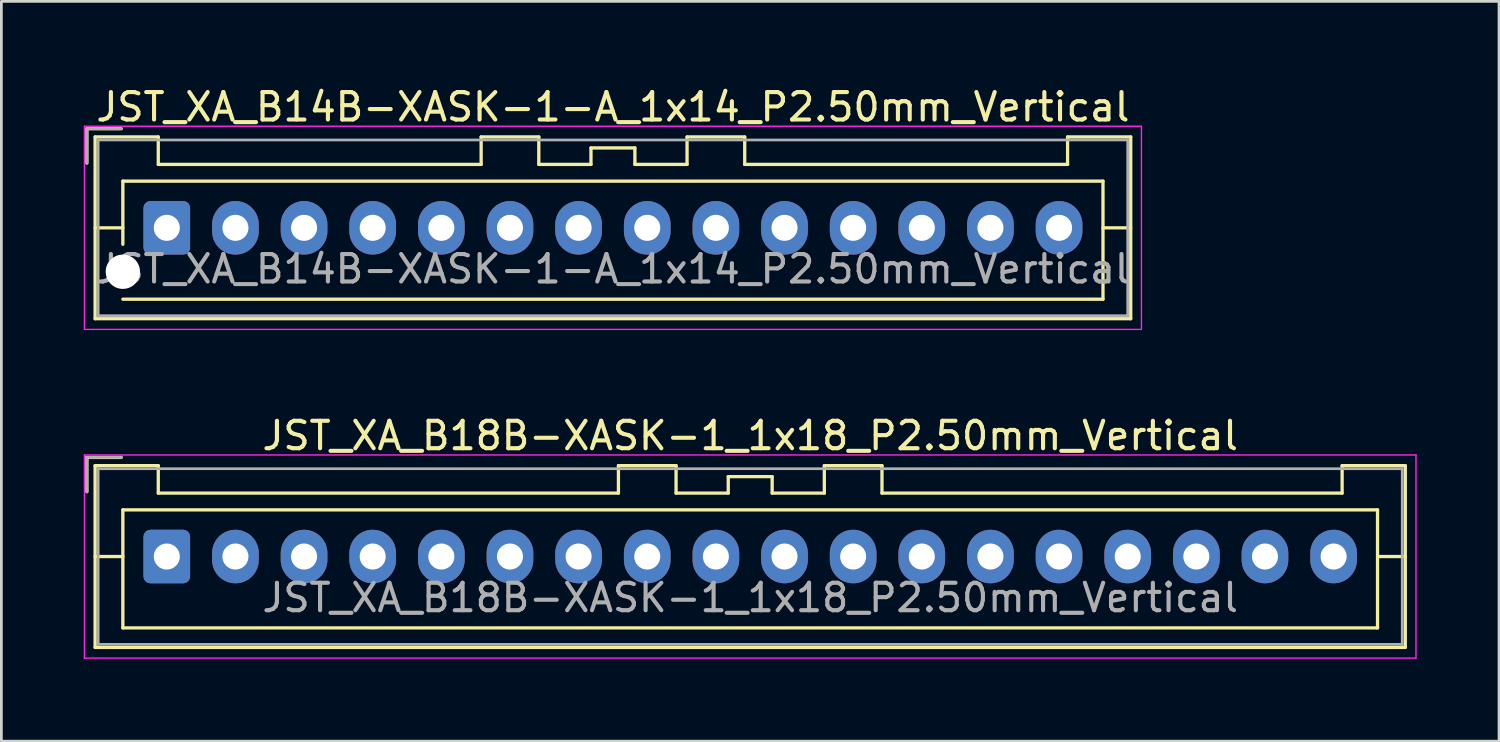
<source format=kicad_pcb>
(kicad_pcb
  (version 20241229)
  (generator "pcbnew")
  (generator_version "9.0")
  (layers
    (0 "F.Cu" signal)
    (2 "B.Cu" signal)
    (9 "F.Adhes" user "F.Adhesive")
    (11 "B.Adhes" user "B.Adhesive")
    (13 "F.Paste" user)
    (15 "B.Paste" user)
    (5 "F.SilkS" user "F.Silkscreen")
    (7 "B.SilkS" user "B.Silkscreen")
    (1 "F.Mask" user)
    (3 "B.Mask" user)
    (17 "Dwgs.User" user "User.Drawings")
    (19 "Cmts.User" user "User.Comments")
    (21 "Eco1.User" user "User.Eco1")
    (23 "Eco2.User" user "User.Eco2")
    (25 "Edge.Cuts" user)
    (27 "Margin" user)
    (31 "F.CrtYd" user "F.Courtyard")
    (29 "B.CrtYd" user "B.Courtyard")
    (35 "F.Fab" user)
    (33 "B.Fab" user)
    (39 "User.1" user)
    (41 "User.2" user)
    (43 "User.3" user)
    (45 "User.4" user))
  (footprint "JST_XA_B18B-XASK-1_1x18_P2.50mm_Vertical"
    (layer "F.Cu")
    (at 3.025 17.221)
    (property "Reference" "JST_XA_B18B-XASK-1_1x18_P2.50mm_Vertical" (at 21.25 -4.4 0) (layer "F.SilkS") (effects (font (size 1 1) (thickness 0.15))))
    (attr through_hole)
    (fp_line (start -2.91 -3.61) (end -2.91 -2.36) (stroke (width 0.12) (type solid)) (layer "F.SilkS"))
    (fp_line (start -2.61 -3.31) (end -2.61 3.31) (stroke (width 0.12) (type solid)) (layer "F.SilkS"))
    (fp_line (start -2.61 0) (end -1.6 0) (stroke (width 0.12) (type solid)) (layer "F.SilkS"))
    (fp_line (start -2.61 3.31) (end 45.11 3.31) (stroke (width 0.12) (type solid)) (layer "F.SilkS"))
    (fp_line (start -1.66 -3.61) (end -2.91 -3.61) (stroke (width 0.12) (type solid)) (layer "F.SilkS"))
    (fp_line (start -1.6 -1.7) (end -1.6 2.6) (stroke (width 0.12) (type solid)) (layer "F.SilkS"))
    (fp_line (start -1.6 2.6) (end 44.1 2.6) (stroke (width 0.12) (type solid)) (layer "F.SilkS"))
    (fp_line (start -0.31 -3.31) (end -2.61 -3.31) (stroke (width 0.12) (type solid)) (layer "F.SilkS"))
    (fp_line (start -0.31 -2.31) (end -0.31 -3.31) (stroke (width 0.12) (type solid)) (layer "F.SilkS"))
    (fp_line (start 16.45 -3.31) (end 16.45 -2.31) (stroke (width 0.12) (type solid)) (layer "F.SilkS"))
    (fp_line (start 16.45 -2.31) (end -0.31 -2.31) (stroke (width 0.12) (type solid)) (layer "F.SilkS"))
    (fp_line (start 18.55 -3.31) (end 16.45 -3.31) (stroke (width 0.12) (type solid)) (layer "F.SilkS"))
    (fp_line (start 18.55 -2.31) (end 18.55 -3.31) (stroke (width 0.12) (type solid)) (layer "F.SilkS"))
    (fp_line (start 20.45 -2.91) (end 20.45 -2.31) (stroke (width 0.12) (type solid)) (layer "F.SilkS"))
    (fp_line (start 20.45 -2.31) (end 18.55 -2.31) (stroke (width 0.12) (type solid)) (layer "F.SilkS"))
    (fp_line (start 22.05 -2.91) (end 20.45 -2.91) (stroke (width 0.12) (type solid)) (layer "F.SilkS"))
    (fp_line (start 22.05 -2.31) (end 22.05 -2.91) (stroke (width 0.12) (type solid)) (layer "F.SilkS"))
    (fp_line (start 23.95 -3.31) (end 23.95 -2.31) (stroke (width 0.12) (type solid)) (layer "F.SilkS"))
    (fp_line (start 23.95 -2.31) (end 22.05 -2.31) (stroke (width 0.12) (type solid)) (layer "F.SilkS"))
    (fp_line (start 26.05 -3.31) (end 23.95 -3.31) (stroke (width 0.12) (type solid)) (layer "F.SilkS"))
    (fp_line (start 26.05 -2.31) (end 26.05 -3.31) (stroke (width 0.12) (type solid)) (layer "F.SilkS"))
    (fp_line (start 42.81 -3.31) (end 42.81 -2.31) (stroke (width 0.12) (type solid)) (layer "F.SilkS"))
    (fp_line (start 42.81 -2.31) (end 26.05 -2.31) (stroke (width 0.12) (type solid)) (layer "F.SilkS"))
    (fp_line (start 44.1 -1.7) (end -1.6 -1.7) (stroke (width 0.12) (type solid)) (layer "F.SilkS"))
    (fp_line (start 44.1 2.6) (end 44.1 -1.7) (stroke (width 0.12) (type solid)) (layer "F.SilkS"))
    (fp_line (start 45.11 -3.31) (end 42.81 -3.31) (stroke (width 0.12) (type solid)) (layer "F.SilkS"))
    (fp_line (start 45.11 0) (end 44.1 0) (stroke (width 0.12) (type solid)) (layer "F.SilkS"))
    (fp_line (start 45.11 3.31) (end 45.11 -3.31) (stroke (width 0.12) (type solid)) (layer "F.SilkS"))
    (fp_line (start -3 -3.7) (end -3 3.7) (stroke (width 0.05) (type solid)) (layer "F.CrtYd"))
    (fp_line (start -3 3.7) (end 45.5 3.7) (stroke (width 0.05) (type solid)) (layer "F.CrtYd"))
    (fp_line (start 45.5 -3.7) (end -3 -3.7) (stroke (width 0.05) (type solid)) (layer "F.CrtYd"))
    (fp_line (start 45.5 3.7) (end 45.5 -3.7) (stroke (width 0.05) (type solid)) (layer "F.CrtYd"))
    (fp_line (start -2.91 -3.61) (end -2.91 -2.36) (stroke (width 0.1) (type solid)) (layer "F.Fab"))
    (fp_line (start -2.5 -3.2) (end -2.5 3.2) (stroke (width 0.1) (type solid)) (layer "F.Fab"))
    (fp_line (start -2.5 3.2) (end 45 3.2) (stroke (width 0.1) (type solid)) (layer "F.Fab"))
    (fp_line (start -1.66 -3.61) (end -2.91 -3.61) (stroke (width 0.1) (type solid)) (layer "F.Fab"))
    (fp_line (start 45 -3.2) (end -2.5 -3.2) (stroke (width 0.1) (type solid)) (layer "F.Fab"))
    (fp_line (start 45 3.2) (end 45 -3.2) (stroke (width 0.1) (type solid)) (layer "F.Fab"))
    (fp_text user "${REFERENCE}" (at 21.25 1.5 0) (layer "F.Fab") (effects (font (size 1 1) (thickness 0.15))))
    (pad "1" thru_hole roundrect (at 0 0) (size 1.7 1.95) (drill 0.95) (layers "*.Cu" "*.Mask") (roundrect_rratio 0.147))
    (pad "2" thru_hole oval (at 2.5 0) (size 1.7 1.95) (drill 0.95) (layers "*.Cu" "*.Mask"))
    (pad "3" thru_hole oval (at 5 0) (size 1.7 1.95) (drill 0.95) (layers "*.Cu" "*.Mask"))
    (pad "4" thru_hole oval (at 7.5 0) (size 1.7 1.95) (drill 0.95) (layers "*.Cu" "*.Mask"))
    (pad "5" thru_hole oval (at 10 0) (size 1.7 1.95) (drill 0.95) (layers "*.Cu" "*.Mask"))
    (pad "6" thru_hole oval (at 12.5 0) (size 1.7 1.95) (drill 0.95) (layers "*.Cu" "*.Mask"))
    (pad "7" thru_hole oval (at 15 0) (size 1.7 1.95) (drill 0.95) (layers "*.Cu" "*.Mask"))
    (pad "8" thru_hole oval (at 17.5 0) (size 1.7 1.95) (drill 0.95) (layers "*.Cu" "*.Mask"))
    (pad "9" thru_hole oval (at 20 0) (size 1.7 1.95) (drill 0.95) (layers "*.Cu" "*.Mask"))
    (pad "10" thru_hole oval (at 22.5 0) (size 1.7 1.95) (drill 0.95) (layers "*.Cu" "*.Mask"))
    (pad "11" thru_hole oval (at 25 0) (size 1.7 1.95) (drill 0.95) (layers "*.Cu" "*.Mask"))
    (pad "12" thru_hole oval (at 27.5 0) (size 1.7 1.95) (drill 0.95) (layers "*.Cu" "*.Mask"))
    (pad "13" thru_hole oval (at 30 0) (size 1.7 1.95) (drill 0.95) (layers "*.Cu" "*.Mask"))
    (pad "14" thru_hole oval (at 32.5 0) (size 1.7 1.95) (drill 0.95) (layers "*.Cu" "*.Mask"))
    (pad "15" thru_hole oval (at 35 0) (size 1.7 1.95) (drill 0.95) (layers "*.Cu" "*.Mask"))
    (pad "16" thru_hole oval (at 37.5 0) (size 1.7 1.95) (drill 0.95) (layers "*.Cu" "*.Mask"))
    (pad "17" thru_hole oval (at 40 0) (size 1.7 1.95) (drill 0.95) (layers "*.Cu" "*.Mask"))
    (pad "18" thru_hole oval (at 42.5 0) (size 1.7 1.95) (drill 0.95) (layers "*.Cu" "*.Mask")))
  (footprint "JST_XA_B14B-XASK-1-A_1x14_P2.50mm_Vertical"
    (layer "F.Cu")
    (at 3.025 5.248)
    (property "Reference" "JST_XA_B14B-XASK-1-A_1x14_P2.50mm_Vertical" (at 16.25 -4.4 0) (layer "F.SilkS") (effects (font (size 1 1) (thickness 0.15))))
    (attr through_hole)
    (fp_line (start -2.91 -3.61) (end -2.91 -2.36) (stroke (width 0.12) (type solid)) (layer "F.SilkS"))
    (fp_line (start -2.61 -3.31) (end -2.61 3.31) (stroke (width 0.12) (type solid)) (layer "F.SilkS"))
    (fp_line (start -2.61 0) (end -1.6 0) (stroke (width 0.12) (type solid)) (layer "F.SilkS"))
    (fp_line (start -2.61 3.31) (end 35.11 3.31) (stroke (width 0.12) (type solid)) (layer "F.SilkS"))
    (fp_line (start -1.66 -3.61) (end -2.91 -3.61) (stroke (width 0.12) (type solid)) (layer "F.SilkS"))
    (fp_line (start -1.6 -1.7) (end 34.1 -1.7) (stroke (width 0.12) (type solid)) (layer "F.SilkS"))
    (fp_line (start -1.6 0.6) (end -1.6 -1.7) (stroke (width 0.12) (type solid)) (layer "F.SilkS"))
    (fp_line (start -0.31 -3.31) (end -2.61 -3.31) (stroke (width 0.12) (type solid)) (layer "F.SilkS"))
    (fp_line (start -0.31 -2.31) (end -0.31 -3.31) (stroke (width 0.12) (type solid)) (layer "F.SilkS"))
    (fp_line (start 11.45 -3.31) (end 11.45 -2.31) (stroke (width 0.12) (type solid)) (layer "F.SilkS"))
    (fp_line (start 11.45 -2.31) (end -0.31 -2.31) (stroke (width 0.12) (type solid)) (layer "F.SilkS"))
    (fp_line (start 13.55 -3.31) (end 11.45 -3.31) (stroke (width 0.12) (type solid)) (layer "F.SilkS"))
    (fp_line (start 13.55 -2.31) (end 13.55 -3.31) (stroke (width 0.12) (type solid)) (layer "F.SilkS"))
    (fp_line (start 15.45 -2.91) (end 15.45 -2.31) (stroke (width 0.12) (type solid)) (layer "F.SilkS"))
    (fp_line (start 15.45 -2.31) (end 13.55 -2.31) (stroke (width 0.12) (type solid)) (layer "F.SilkS"))
    (fp_line (start 17.05 -2.91) (end 15.45 -2.91) (stroke (width 0.12) (type solid)) (layer "F.SilkS"))
    (fp_line (start 17.05 -2.31) (end 17.05 -2.91) (stroke (width 0.12) (type solid)) (layer "F.SilkS"))
    (fp_line (start 18.95 -3.31) (end 18.95 -2.31) (stroke (width 0.12) (type solid)) (layer "F.SilkS"))
    (fp_line (start 18.95 -2.31) (end 17.05 -2.31) (stroke (width 0.12) (type solid)) (layer "F.SilkS"))
    (fp_line (start 21.05 -3.31) (end 18.95 -3.31) (stroke (width 0.12) (type solid)) (layer "F.SilkS"))
    (fp_line (start 21.05 -2.31) (end 21.05 -3.31) (stroke (width 0.12) (type solid)) (layer "F.SilkS"))
    (fp_line (start 32.81 -3.31) (end 32.81 -2.31) (stroke (width 0.12) (type solid)) (layer "F.SilkS"))
    (fp_line (start 32.81 -2.31) (end 21.05 -2.31) (stroke (width 0.12) (type solid)) (layer "F.SilkS"))
    (fp_line (start 34.1 -1.7) (end 34.1 2.6) (stroke (width 0.12) (type solid)) (layer "F.SilkS"))
    (fp_line (start 34.1 2.6) (end -1.6 2.6) (stroke (width 0.12) (type solid)) (layer "F.SilkS"))
    (fp_line (start 35.11 -3.31) (end 32.81 -3.31) (stroke (width 0.12) (type solid)) (layer "F.SilkS"))
    (fp_line (start 35.11 0) (end 34.1 0) (stroke (width 0.12) (type solid)) (layer "F.SilkS"))
    (fp_line (start 35.11 3.31) (end 35.11 -3.31) (stroke (width 0.12) (type solid)) (layer "F.SilkS"))
    (fp_line (start -3 -3.7) (end -3 3.7) (stroke (width 0.05) (type solid)) (layer "F.CrtYd"))
    (fp_line (start -3 3.7) (end 35.5 3.7) (stroke (width 0.05) (type solid)) (layer "F.CrtYd"))
    (fp_line (start 35.5 -3.7) (end -3 -3.7) (stroke (width 0.05) (type solid)) (layer "F.CrtYd"))
    (fp_line (start 35.5 3.7) (end 35.5 -3.7) (stroke (width 0.05) (type solid)) (layer "F.CrtYd"))
    (fp_line (start -2.91 -3.61) (end -2.91 -2.36) (stroke (width 0.1) (type solid)) (layer "F.Fab"))
    (fp_line (start -2.5 -3.2) (end -2.5 3.2) (stroke (width 0.1) (type solid)) (layer "F.Fab"))
    (fp_line (start -2.5 3.2) (end 35 3.2) (stroke (width 0.1) (type solid)) (layer "F.Fab"))
    (fp_line (start -1.66 -3.61) (end -2.91 -3.61) (stroke (width 0.1) (type solid)) (layer "F.Fab"))
    (fp_line (start 35 -3.2) (end -2.5 -3.2) (stroke (width 0.1) (type solid)) (layer "F.Fab"))
    (fp_line (start 35 3.2) (end 35 -3.2) (stroke (width 0.1) (type solid)) (layer "F.Fab"))
    (fp_text user "${REFERENCE}" (at 16.25 1.5 0) (layer "F.Fab") (effects (font (size 1 1) (thickness 0.15))))
    (pad "" np_thru_hole circle (at -1.6 1.6) (size 1.25 1.25) (drill 1.25) (layers "*.Cu" "*.Mask"))
    (pad "1" thru_hole roundrect (at 0 0) (size 1.7 1.95) (drill 0.95) (layers "*.Cu" "*.Mask") (roundrect_rratio 0.147))
    (pad "2" thru_hole oval (at 2.5 0) (size 1.7 1.95) (drill 0.95) (layers "*.Cu" "*.Mask"))
    (pad "3" thru_hole oval (at 5 0) (size 1.7 1.95) (drill 0.95) (layers "*.Cu" "*.Mask"))
    (pad "4" thru_hole oval (at 7.5 0) (size 1.7 1.95) (drill 0.95) (layers "*.Cu" "*.Mask"))
    (pad "5" thru_hole oval (at 10 0) (size 1.7 1.95) (drill 0.95) (layers "*.Cu" "*.Mask"))
    (pad "6" thru_hole oval (at 12.5 0) (size 1.7 1.95) (drill 0.95) (layers "*.Cu" "*.Mask"))
    (pad "7" thru_hole oval (at 15 0) (size 1.7 1.95) (drill 0.95) (layers "*.Cu" "*.Mask"))
    (pad "8" thru_hole oval (at 17.5 0) (size 1.7 1.95) (drill 0.95) (layers "*.Cu" "*.Mask"))
    (pad "9" thru_hole oval (at 20 0) (size 1.7 1.95) (drill 0.95) (layers "*.Cu" "*.Mask"))
    (pad "10" thru_hole oval (at 22.5 0) (size 1.7 1.95) (drill 0.95) (layers "*.Cu" "*.Mask"))
    (pad "11" thru_hole oval (at 25 0) (size 1.7 1.95) (drill 0.95) (layers "*.Cu" "*.Mask"))
    (pad "12" thru_hole oval (at 27.5 0) (size 1.7 1.95) (drill 0.95) (layers "*.Cu" "*.Mask"))
    (pad "13" thru_hole oval (at 30 0) (size 1.7 1.95) (drill 0.95) (layers "*.Cu" "*.Mask"))
    (pad "14" thru_hole oval (at 32.5 0) (size 1.7 1.95) (drill 0.95) (layers "*.Cu" "*.Mask")))
  (gr_rect
    (start -3 -3)
    (end 51.55 23.947)
    (stroke (width 0.1) (type default))
    (fill no)
    (layer "Edge.Cuts")))
</source>
